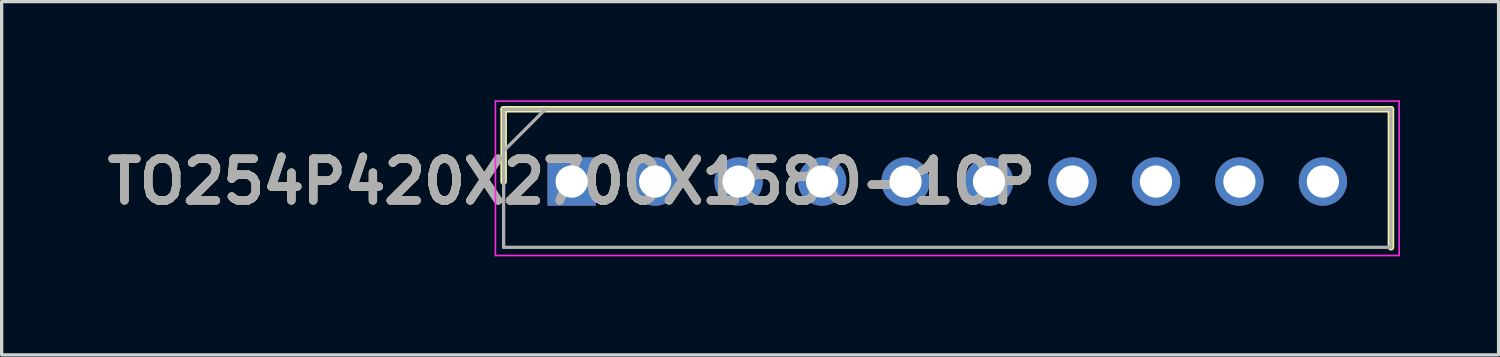
<source format=kicad_pcb>
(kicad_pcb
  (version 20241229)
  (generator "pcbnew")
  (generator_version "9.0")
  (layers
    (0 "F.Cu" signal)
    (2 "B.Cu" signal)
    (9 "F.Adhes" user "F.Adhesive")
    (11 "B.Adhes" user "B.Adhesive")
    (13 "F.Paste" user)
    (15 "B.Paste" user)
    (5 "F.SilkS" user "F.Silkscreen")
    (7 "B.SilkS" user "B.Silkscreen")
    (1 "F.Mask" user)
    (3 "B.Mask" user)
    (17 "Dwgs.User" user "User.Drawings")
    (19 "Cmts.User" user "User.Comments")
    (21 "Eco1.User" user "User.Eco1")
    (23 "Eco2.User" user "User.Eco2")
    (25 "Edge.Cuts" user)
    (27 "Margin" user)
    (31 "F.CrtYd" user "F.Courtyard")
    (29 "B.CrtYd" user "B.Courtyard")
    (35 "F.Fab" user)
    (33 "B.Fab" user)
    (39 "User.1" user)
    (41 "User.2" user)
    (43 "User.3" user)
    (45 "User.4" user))
  (footprint "TO254P420X2700X1580-10P"
    (layer "F.Cu")
    (at 14.345 2.475)
    (property "Reference" "TO254P420X2700X1580-10P" (at 0 0 0) (layer "F.SilkS") (effects (font (size 1.27 1.27) (thickness 0.254))))
    (attr through_hole)
    (fp_line (start -2.07 -2.2) (end -2.07 0) (stroke (width 0.2) (type solid)) (layer "F.SilkS"))
    (fp_line (start 24.93 -2.2) (end -2.07 -2.2) (stroke (width 0.2) (type solid)) (layer "F.SilkS"))
    (fp_line (start 24.93 2) (end 24.93 -2.2) (stroke (width 0.2) (type solid)) (layer "F.SilkS"))
    (fp_line (start -2.32 -2.45) (end 25.18 -2.45) (stroke (width 0.05) (type solid)) (layer "F.CrtYd"))
    (fp_line (start -2.32 2.25) (end -2.32 -2.45) (stroke (width 0.05) (type solid)) (layer "F.CrtYd"))
    (fp_line (start 25.18 -2.45) (end 25.18 2.25) (stroke (width 0.05) (type solid)) (layer "F.CrtYd"))
    (fp_line (start 25.18 2.25) (end -2.32 2.25) (stroke (width 0.05) (type solid)) (layer "F.CrtYd"))
    (fp_line (start -2.07 -2.2) (end 24.93 -2.2) (stroke (width 0.1) (type solid)) (layer "F.Fab"))
    (fp_line (start -2.07 -0.93) (end -0.8 -2.2) (stroke (width 0.1) (type solid)) (layer "F.Fab"))
    (fp_line (start -2.07 2) (end -2.07 -2.2) (stroke (width 0.1) (type solid)) (layer "F.Fab"))
    (fp_line (start 24.93 -2.2) (end 24.93 2) (stroke (width 0.1) (type solid)) (layer "F.Fab"))
    (fp_line (start 24.93 2) (end -2.07 2) (stroke (width 0.1) (type solid)) (layer "F.Fab"))
    (fp_text user "${REFERENCE}" (at 0 0 0) (layer "F.Fab") (effects (font (size 1.27 1.27) (thickness 0.254))))
    (pad "1" thru_hole rect (at 0 0) (size 1.47 1.47) (drill 0.98) (layers "*.Cu" "*.Mask"))
    (pad "2" thru_hole circle (at 2.54 0) (size 1.47 1.47) (drill 0.98) (layers "*.Cu" "*.Mask"))
    (pad "3" thru_hole circle (at 5.08 0) (size 1.47 1.47) (drill 0.98) (layers "*.Cu" "*.Mask"))
    (pad "4" thru_hole circle (at 7.62 0) (size 1.47 1.47) (drill 0.98) (layers "*.Cu" "*.Mask"))
    (pad "5" thru_hole circle (at 10.16 0) (size 1.47 1.47) (drill 0.98) (layers "*.Cu" "*.Mask"))
    (pad "6" thru_hole circle (at 12.7 0) (size 1.47 1.47) (drill 0.98) (layers "*.Cu" "*.Mask"))
    (pad "7" thru_hole circle (at 15.24 0) (size 1.47 1.47) (drill 0.98) (layers "*.Cu" "*.Mask"))
    (pad "8" thru_hole circle (at 17.78 0) (size 1.47 1.47) (drill 0.98) (layers "*.Cu" "*.Mask"))
    (pad "9" thru_hole circle (at 20.32 0) (size 1.47 1.47) (drill 0.98) (layers "*.Cu" "*.Mask"))
    (pad "10" thru_hole circle (at 22.86 0) (size 1.47 1.47) (drill 0.98) (layers "*.Cu" "*.Mask")))
  (gr_rect
    (start -3 -3)
    (end 42.55 7.75)
    (stroke (width 0.1) (type default))
    (fill no)
    (layer "Edge.Cuts")))
</source>
